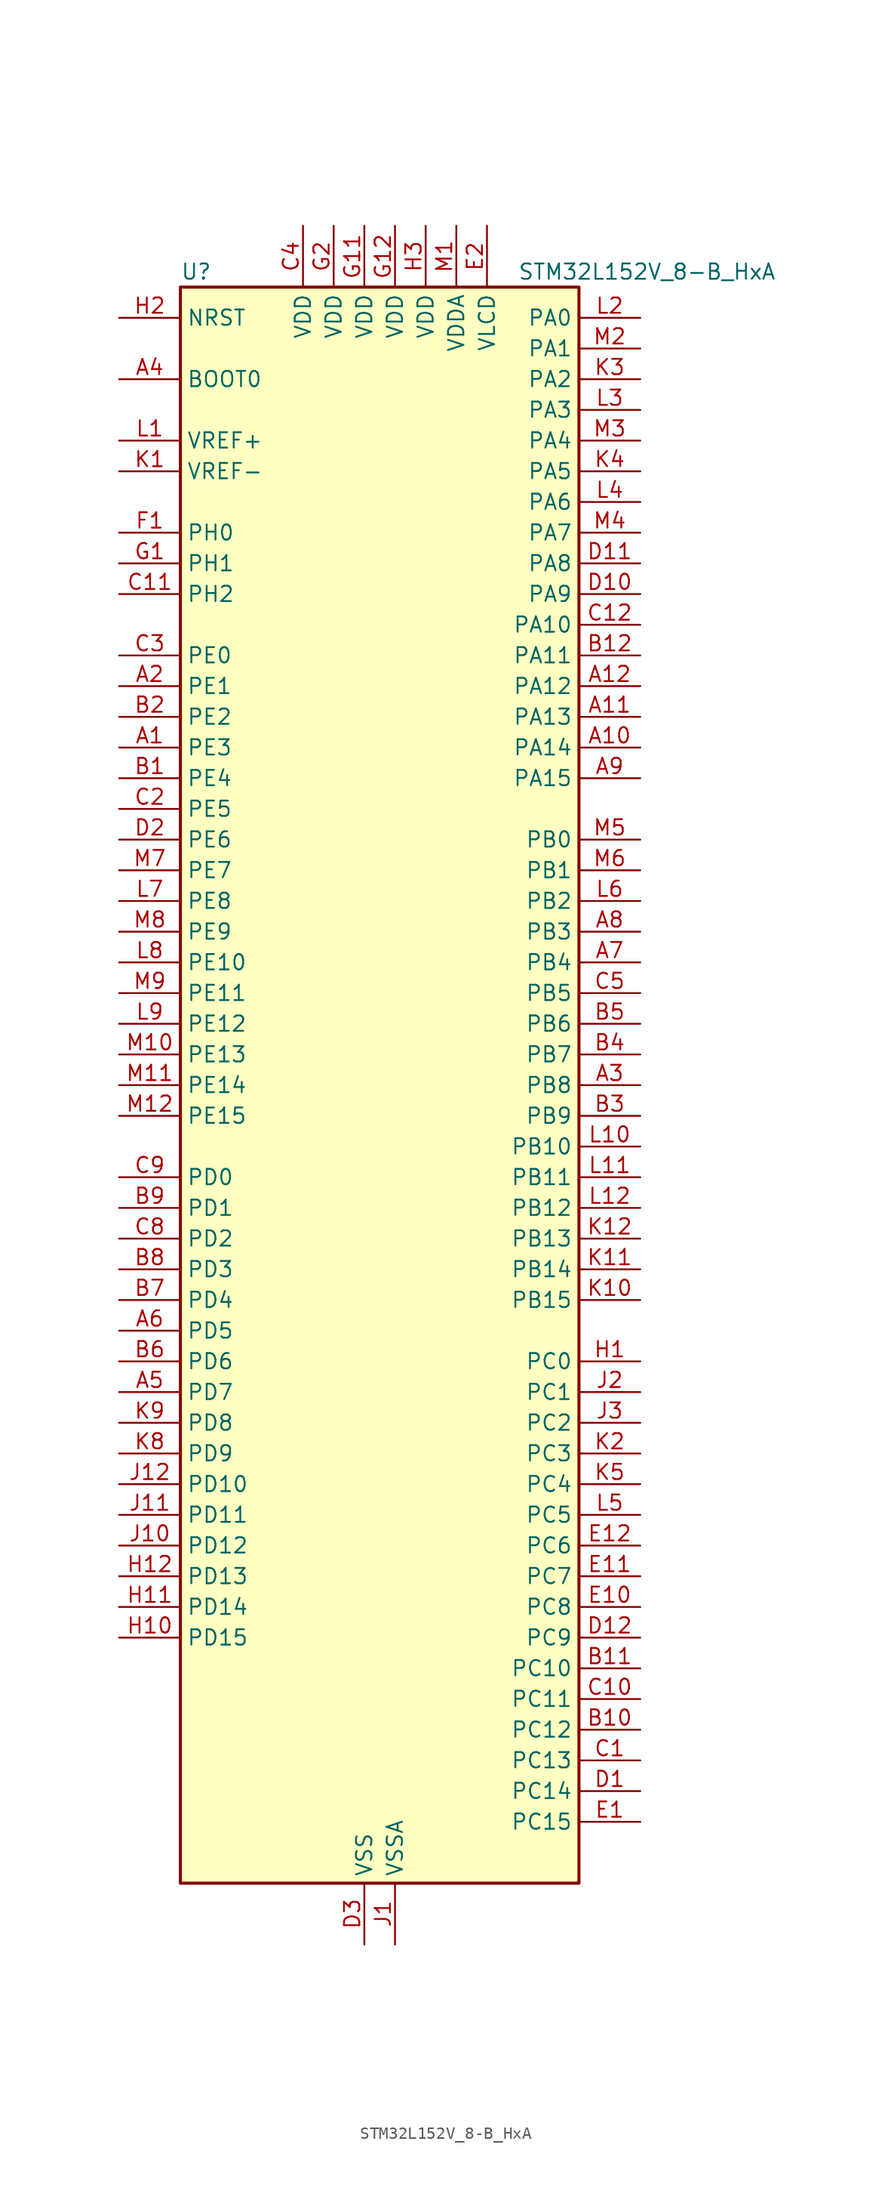
<source format=kicad_sym>
(kicad_symbol_lib
  (version 20231120)
  (generator "kicad-library-utils")
  (generator_version "8.0")
  (symbol "STM32L152V_8-B_HxA"
    (property "Reference" "U"
      (at -15.24 67.31 0)
      (effects (font (size 1.27 1.27)) (justify left)))
    (property "Value" "STM32L152V_8-B_HxA"
      (at 12.7 67.31 0)
      (effects (font (size 1.27 1.27)) (justify left)))
    (symbol "STM32L152V_8-B_HxA_0_1"
      (rectangle (start -15.24 -66.04) (end 17.78 66.04) (stroke (width 0.254) (type default)) (fill (type background))))
    (symbol "STM32L152V_8-B_HxA_1_1"
      (pin bidirectional line (at -20.32 27.94 0) (length 5.08) (name "PE3" (effects (font (size 1.27 1.27)))) (number "A1" (effects (font (size 1.27 1.27)))) (alternate "LCD_SEG39" bidirectional line) (alternate "SYS_TRACED0" bidirectional line) (alternate "TIM3_CH1" bidirectional line) (alternate "TIMX_IC4" bidirectional line))
      (pin bidirectional line (at 22.86 27.94 180) (length 5.08) (name "PA14" (effects (font (size 1.27 1.27)))) (number "A10" (effects (font (size 1.27 1.27)))) (alternate "SYS_JTCK-SWCLK" bidirectional line) (alternate "TIMX_IC3" bidirectional line) (alternate "TS_G5_IO2" bidirectional line))
      (pin bidirectional line (at 22.86 30.48 180) (length 5.08) (name "PA13" (effects (font (size 1.27 1.27)))) (number "A11" (effects (font (size 1.27 1.27)))) (alternate "SYS_JTMS-SWDIO" bidirectional line) (alternate "TIMX_IC2" bidirectional line) (alternate "TS_G5_IO1" bidirectional line))
      (pin bidirectional line (at 22.86 33.02 180) (length 5.08) (name "PA12" (effects (font (size 1.27 1.27)))) (number "A12" (effects (font (size 1.27 1.27)))) (alternate "SPI1_MOSI" bidirectional line) (alternate "TIMX_IC1" bidirectional line) (alternate "USART1_RTS" bidirectional line) (alternate "USB_DP" bidirectional line))
      (pin bidirectional line (at -20.32 33.02 0) (length 5.08) (name "PE1" (effects (font (size 1.27 1.27)))) (number "A2" (effects (font (size 1.27 1.27)))) (alternate "LCD_SEG37" bidirectional line) (alternate "TIM11_CH1" bidirectional line) (alternate "TIMX_IC2" bidirectional line))
      (pin bidirectional line (at 22.86 0 180) (length 5.08) (name "PB8" (effects (font (size 1.27 1.27)))) (number "A3" (effects (font (size 1.27 1.27)))) (alternate "I2C1_SCL" bidirectional line) (alternate "LCD_SEG16" bidirectional line) (alternate "TIM10_CH1" bidirectional line) (alternate "TIM4_CH3" bidirectional line))
      (pin input line (at -20.32 58.42 0) (length 5.08) (name "BOOT0" (effects (font (size 1.27 1.27)))) (number "A4" (effects (font (size 1.27 1.27)))))
      (pin bidirectional line (at -20.32 -25.4 0) (length 5.08) (name "PD7" (effects (font (size 1.27 1.27)))) (number "A5" (effects (font (size 1.27 1.27)))) (alternate "TIM9_CH2" bidirectional line) (alternate "TIMX_IC4" bidirectional line) (alternate "USART2_CK" bidirectional line))
      (pin bidirectional line (at -20.32 -20.32 0) (length 5.08) (name "PD5" (effects (font (size 1.27 1.27)))) (number "A6" (effects (font (size 1.27 1.27)))) (alternate "TIMX_IC2" bidirectional line) (alternate "USART2_TX" bidirectional line))
      (pin bidirectional line (at 22.86 10.16 180) (length 5.08) (name "PB4" (effects (font (size 1.27 1.27)))) (number "A7" (effects (font (size 1.27 1.27)))) (alternate "COMP2_INP" bidirectional line) (alternate "LCD_SEG8" bidirectional line) (alternate "SPI1_MISO" bidirectional line) (alternate "SYS_JTRST" bidirectional line) (alternate "TIM3_CH1" bidirectional line) (alternate "TS_G6_IO1" bidirectional line))
      (pin bidirectional line (at 22.86 12.7 180) (length 5.08) (name "PB3" (effects (font (size 1.27 1.27)))) (number "A8" (effects (font (size 1.27 1.27)))) (alternate "COMP2_INM" bidirectional line) (alternate "LCD_SEG7" bidirectional line) (alternate "SPI1_SCK" bidirectional line) (alternate "SYS_JTDO-TRACESWO" bidirectional line) (alternate "TIM2_CH2" bidirectional line))
      (pin bidirectional line (at 22.86 25.4 180) (length 5.08) (name "PA15" (effects (font (size 1.27 1.27)))) (number "A9" (effects (font (size 1.27 1.27)))) (alternate "ADC_EXTI15" bidirectional line) (alternate "LCD_SEG17" bidirectional line) (alternate "SPI1_NSS" bidirectional line) (alternate "SYS_JTDI" bidirectional line) (alternate "TIM2_CH1" bidirectional line) (alternate "TIM2_ETR" bidirectional line) (alternate "TIMX_IC4" bidirectional line) (alternate "TS_G5_IO3" bidirectional line))
      (pin bidirectional line (at -20.32 25.4 0) (length 5.08) (name "PE4" (effects (font (size 1.27 1.27)))) (number "B1" (effects (font (size 1.27 1.27)))) (alternate "SYS_TRACED1" bidirectional line) (alternate "TIM3_CH2" bidirectional line) (alternate "TIMX_IC1" bidirectional line))
      (pin bidirectional line (at 22.86 -53.34 180) (length 5.08) (name "PC12" (effects (font (size 1.27 1.27)))) (number "B10" (effects (font (size 1.27 1.27)))) (alternate "LCD_COM6" bidirectional line) (alternate "LCD_SEG30" bidirectional line) (alternate "LCD_SEG42" bidirectional line) (alternate "TIMX_IC1" bidirectional line) (alternate "USART3_CK" bidirectional line))
      (pin bidirectional line (at 22.86 -48.26 180) (length 5.08) (name "PC10" (effects (font (size 1.27 1.27)))) (number "B11" (effects (font (size 1.27 1.27)))) (alternate "LCD_COM4" bidirectional line) (alternate "LCD_SEG28" bidirectional line) (alternate "LCD_SEG40" bidirectional line) (alternate "TIMX_IC3" bidirectional line) (alternate "USART3_TX" bidirectional line))
      (pin bidirectional line (at 22.86 35.56 180) (length 5.08) (name "PA11" (effects (font (size 1.27 1.27)))) (number "B12" (effects (font (size 1.27 1.27)))) (alternate "ADC_EXTI11" bidirectional line) (alternate "SPI1_MISO" bidirectional line) (alternate "TIMX_IC4" bidirectional line) (alternate "USART1_CTS" bidirectional line) (alternate "USB_DM" bidirectional line))
      (pin bidirectional line (at -20.32 30.48 0) (length 5.08) (name "PE2" (effects (font (size 1.27 1.27)))) (number "B2" (effects (font (size 1.27 1.27)))) (alternate "LCD_SEG38" bidirectional line) (alternate "SYS_TRACECK" bidirectional line) (alternate "TIM3_ETR" bidirectional line) (alternate "TIMX_IC3" bidirectional line))
      (pin bidirectional line (at 22.86 -2.54 180) (length 5.08) (name "PB9" (effects (font (size 1.27 1.27)))) (number "B3" (effects (font (size 1.27 1.27)))) (alternate "DAC_EXTI9" bidirectional line) (alternate "I2C1_SDA" bidirectional line) (alternate "LCD_COM3" bidirectional line) (alternate "TIM11_CH1" bidirectional line) (alternate "TIM4_CH4" bidirectional line))
      (pin bidirectional line (at 22.86 2.54 180) (length 5.08) (name "PB7" (effects (font (size 1.27 1.27)))) (number "B4" (effects (font (size 1.27 1.27)))) (alternate "I2C1_SDA" bidirectional line) (alternate "SYS_PVD_IN" bidirectional line) (alternate "TIM4_CH2" bidirectional line) (alternate "TS_G6_IO4" bidirectional line) (alternate "USART1_RX" bidirectional line))
      (pin bidirectional line (at 22.86 5.08 180) (length 5.08) (name "PB6" (effects (font (size 1.27 1.27)))) (number "B5" (effects (font (size 1.27 1.27)))) (alternate "I2C1_SCL" bidirectional line) (alternate "TIM4_CH1" bidirectional line) (alternate "TS_G6_IO3" bidirectional line) (alternate "USART1_TX" bidirectional line))
      (pin bidirectional line (at -20.32 -22.86 0) (length 5.08) (name "PD6" (effects (font (size 1.27 1.27)))) (number "B6" (effects (font (size 1.27 1.27)))) (alternate "TIMX_IC3" bidirectional line) (alternate "USART2_RX" bidirectional line))
      (pin bidirectional line (at -20.32 -17.78 0) (length 5.08) (name "PD4" (effects (font (size 1.27 1.27)))) (number "B7" (effects (font (size 1.27 1.27)))) (alternate "SPI2_MOSI" bidirectional line) (alternate "TIMX_IC1" bidirectional line) (alternate "USART2_RTS" bidirectional line))
      (pin bidirectional line (at -20.32 -15.24 0) (length 5.08) (name "PD3" (effects (font (size 1.27 1.27)))) (number "B8" (effects (font (size 1.27 1.27)))) (alternate "SPI2_MISO" bidirectional line) (alternate "TIMX_IC4" bidirectional line) (alternate "USART2_CTS" bidirectional line))
      (pin bidirectional line (at -20.32 -10.16 0) (length 5.08) (name "PD1" (effects (font (size 1.27 1.27)))) (number "B9" (effects (font (size 1.27 1.27)))) (alternate "SPI2_SCK" bidirectional line) (alternate "TIMX_IC2" bidirectional line))
      (pin bidirectional line (at 22.86 -55.88 180) (length 5.08) (name "PC13" (effects (font (size 1.27 1.27)))) (number "C1" (effects (font (size 1.27 1.27)))) (alternate "RTC_OUT_ALARM" bidirectional line) (alternate "RTC_OUT_CALIB" bidirectional line) (alternate "RTC_TAMP1" bidirectional line) (alternate "RTC_TS" bidirectional line) (alternate "SYS_WKUP2" bidirectional line) (alternate "TIMX_IC2" bidirectional line))
      (pin bidirectional line (at 22.86 -50.8 180) (length 5.08) (name "PC11" (effects (font (size 1.27 1.27)))) (number "C10" (effects (font (size 1.27 1.27)))) (alternate "ADC_EXTI11" bidirectional line) (alternate "LCD_COM5" bidirectional line) (alternate "LCD_SEG29" bidirectional line) (alternate "LCD_SEG41" bidirectional line) (alternate "TIMX_IC4" bidirectional line) (alternate "USART3_RX" bidirectional line))
      (pin bidirectional line (at -20.32 40.64 0) (length 5.08) (name "PH2" (effects (font (size 1.27 1.27)))) (number "C11" (effects (font (size 1.27 1.27)))))
      (pin bidirectional line (at 22.86 38.1 180) (length 5.08) (name "PA10" (effects (font (size 1.27 1.27)))) (number "C12" (effects (font (size 1.27 1.27)))) (alternate "LCD_COM2" bidirectional line) (alternate "TIMX_IC3" bidirectional line) (alternate "TS_G4_IO3" bidirectional line) (alternate "USART1_RX" bidirectional line))
      (pin bidirectional line (at -20.32 22.86 0) (length 5.08) (name "PE5" (effects (font (size 1.27 1.27)))) (number "C2" (effects (font (size 1.27 1.27)))) (alternate "SYS_TRACED2" bidirectional line) (alternate "TIM9_CH1" bidirectional line) (alternate "TIMX_IC2" bidirectional line))
      (pin bidirectional line (at -20.32 35.56 0) (length 5.08) (name "PE0" (effects (font (size 1.27 1.27)))) (number "C3" (effects (font (size 1.27 1.27)))) (alternate "LCD_SEG36" bidirectional line) (alternate "TIM10_CH1" bidirectional line) (alternate "TIM4_ETR" bidirectional line) (alternate "TIMX_IC1" bidirectional line))
      (pin power_in line (at -5.08 71.12 270) (length 5.08) (name "VDD" (effects (font (size 1.27 1.27)))) (number "C4" (effects (font (size 1.27 1.27)))))
      (pin bidirectional line (at 22.86 7.62 180) (length 5.08) (name "PB5" (effects (font (size 1.27 1.27)))) (number "C5" (effects (font (size 1.27 1.27)))) (alternate "COMP2_INP" bidirectional line) (alternate "I2C1_SMBA" bidirectional line) (alternate "LCD_SEG9" bidirectional line) (alternate "SPI1_MOSI" bidirectional line) (alternate "TIM3_CH2" bidirectional line) (alternate "TS_G6_IO2" bidirectional line))
      (pin bidirectional line (at -20.32 -12.7 0) (length 5.08) (name "PD2" (effects (font (size 1.27 1.27)))) (number "C8" (effects (font (size 1.27 1.27)))) (alternate "LCD_COM7" bidirectional line) (alternate "LCD_SEG31" bidirectional line) (alternate "LCD_SEG43" bidirectional line) (alternate "TIM3_ETR" bidirectional line) (alternate "TIMX_IC3" bidirectional line))
      (pin bidirectional line (at -20.32 -7.62 0) (length 5.08) (name "PD0" (effects (font (size 1.27 1.27)))) (number "C9" (effects (font (size 1.27 1.27)))) (alternate "SPI2_NSS" bidirectional line) (alternate "TIM9_CH1" bidirectional line) (alternate "TIMX_IC1" bidirectional line))
      (pin bidirectional line (at 22.86 -58.42 180) (length 5.08) (name "PC14" (effects (font (size 1.27 1.27)))) (number "D1" (effects (font (size 1.27 1.27)))) (alternate "RCC_OSC32_IN" bidirectional line) (alternate "TIMX_IC3" bidirectional line))
      (pin bidirectional line (at 22.86 40.64 180) (length 5.08) (name "PA9" (effects (font (size 1.27 1.27)))) (number "D10" (effects (font (size 1.27 1.27)))) (alternate "DAC_EXTI9" bidirectional line) (alternate "LCD_COM1" bidirectional line) (alternate "TIMX_IC2" bidirectional line) (alternate "TS_G4_IO2" bidirectional line) (alternate "USART1_TX" bidirectional line))
      (pin bidirectional line (at 22.86 43.18 180) (length 5.08) (name "PA8" (effects (font (size 1.27 1.27)))) (number "D11" (effects (font (size 1.27 1.27)))) (alternate "LCD_COM0" bidirectional line) (alternate "RCC_MCO" bidirectional line) (alternate "TIMX_IC1" bidirectional line) (alternate "TS_G4_IO1" bidirectional line) (alternate "USART1_CK" bidirectional line))
      (pin bidirectional line (at 22.86 -45.72 180) (length 5.08) (name "PC9" (effects (font (size 1.27 1.27)))) (number "D12" (effects (font (size 1.27 1.27)))) (alternate "DAC_EXTI9" bidirectional line) (alternate "LCD_SEG27" bidirectional line) (alternate "TIM3_CH4" bidirectional line) (alternate "TIMX_IC2" bidirectional line) (alternate "TS_G10_IO4" bidirectional line))
      (pin bidirectional line (at -20.32 20.32 0) (length 5.08) (name "PE6" (effects (font (size 1.27 1.27)))) (number "D2" (effects (font (size 1.27 1.27)))) (alternate "RTC_TAMP3" bidirectional line) (alternate "SYS_TRACED3" bidirectional line) (alternate "SYS_WKUP3" bidirectional line) (alternate "TIM9_CH2" bidirectional line) (alternate "TIMX_IC3" bidirectional line))
      (pin power_in line (at 0 -71.12 90) (length 5.08) (name "VSS" (effects (font (size 1.27 1.27)))) (number "D3" (effects (font (size 1.27 1.27)))))
      (pin bidirectional line (at 22.86 -60.96 180) (length 5.08) (name "PC15" (effects (font (size 1.27 1.27)))) (number "E1" (effects (font (size 1.27 1.27)))) (alternate "ADC_EXTI15" bidirectional line) (alternate "RCC_OSC32_OUT" bidirectional line) (alternate "TIMX_IC4" bidirectional line))
      (pin bidirectional line (at 22.86 -43.18 180) (length 5.08) (name "PC8" (effects (font (size 1.27 1.27)))) (number "E10" (effects (font (size 1.27 1.27)))) (alternate "LCD_SEG26" bidirectional line) (alternate "TIM3_CH3" bidirectional line) (alternate "TIMX_IC1" bidirectional line) (alternate "TS_G10_IO3" bidirectional line))
      (pin bidirectional line (at 22.86 -40.64 180) (length 5.08) (name "PC7" (effects (font (size 1.27 1.27)))) (number "E11" (effects (font (size 1.27 1.27)))) (alternate "LCD_SEG25" bidirectional line) (alternate "TIM3_CH2" bidirectional line) (alternate "TIMX_IC4" bidirectional line) (alternate "TS_G10_IO2" bidirectional line))
      (pin bidirectional line (at 22.86 -38.1 180) (length 5.08) (name "PC6" (effects (font (size 1.27 1.27)))) (number "E12" (effects (font (size 1.27 1.27)))) (alternate "LCD_SEG24" bidirectional line) (alternate "TIM3_CH1" bidirectional line) (alternate "TIMX_IC3" bidirectional line) (alternate "TS_G10_IO1" bidirectional line))
      (pin power_in line (at 10.16 71.12 270) (length 5.08) (name "VLCD" (effects (font (size 1.27 1.27)))) (number "E2" (effects (font (size 1.27 1.27)))))
      (pin passive line (at 0 -71.12 90) (length 5.08) hide (name "VSS" (effects (font (size 1.27 1.27)))) (number "E3" (effects (font (size 1.27 1.27)))))
      (pin bidirectional line (at -20.32 45.72 0) (length 5.08) (name "PH0" (effects (font (size 1.27 1.27)))) (number "F1" (effects (font (size 1.27 1.27)))) (alternate "RCC_OSC_IN" bidirectional line))
      (pin passive line (at 0 -71.12 90) (length 5.08) hide (name "VSS" (effects (font (size 1.27 1.27)))) (number "F11" (effects (font (size 1.27 1.27)))))
      (pin passive line (at 0 -71.12 90) (length 5.08) hide (name "VSS" (effects (font (size 1.27 1.27)))) (number "F12" (effects (font (size 1.27 1.27)))))
      (pin passive line (at 0 -71.12 90) (length 5.08) hide (name "VSS" (effects (font (size 1.27 1.27)))) (number "F2" (effects (font (size 1.27 1.27)))))
      (pin bidirectional line (at -20.32 43.18 0) (length 5.08) (name "PH1" (effects (font (size 1.27 1.27)))) (number "G1" (effects (font (size 1.27 1.27)))) (alternate "RCC_OSC_OUT" bidirectional line))
      (pin power_in line (at 0 71.12 270) (length 5.08) (name "VDD" (effects (font (size 1.27 1.27)))) (number "G11" (effects (font (size 1.27 1.27)))))
      (pin power_in line (at 2.54 71.12 270) (length 5.08) (name "VDD" (effects (font (size 1.27 1.27)))) (number "G12" (effects (font (size 1.27 1.27)))))
      (pin power_in line (at -2.54 71.12 270) (length 5.08) (name "VDD" (effects (font (size 1.27 1.27)))) (number "G2" (effects (font (size 1.27 1.27)))))
      (pin bidirectional line (at 22.86 -22.86 180) (length 5.08) (name "PC0" (effects (font (size 1.27 1.27)))) (number "H1" (effects (font (size 1.27 1.27)))) (alternate "ADC_IN10" bidirectional line) (alternate "COMP1_INP" bidirectional line) (alternate "LCD_SEG18" bidirectional line) (alternate "TIMX_IC1" bidirectional line) (alternate "TS_G8_IO1" bidirectional line))
      (pin bidirectional line (at -20.32 -45.72 0) (length 5.08) (name "PD15" (effects (font (size 1.27 1.27)))) (number "H10" (effects (font (size 1.27 1.27)))) (alternate "ADC_EXTI15" bidirectional line) (alternate "LCD_SEG35" bidirectional line) (alternate "TIM4_CH4" bidirectional line) (alternate "TIMX_IC4" bidirectional line))
      (pin bidirectional line (at -20.32 -43.18 0) (length 5.08) (name "PD14" (effects (font (size 1.27 1.27)))) (number "H11" (effects (font (size 1.27 1.27)))) (alternate "LCD_SEG34" bidirectional line) (alternate "TIM4_CH3" bidirectional line) (alternate "TIMX_IC3" bidirectional line))
      (pin bidirectional line (at -20.32 -40.64 0) (length 5.08) (name "PD13" (effects (font (size 1.27 1.27)))) (number "H12" (effects (font (size 1.27 1.27)))) (alternate "LCD_SEG33" bidirectional line) (alternate "TIM4_CH2" bidirectional line) (alternate "TIMX_IC2" bidirectional line))
      (pin input line (at -20.32 63.5 0) (length 5.08) (name "NRST" (effects (font (size 1.27 1.27)))) (number "H2" (effects (font (size 1.27 1.27)))))
      (pin power_in line (at 5.08 71.12 270) (length 5.08) (name "VDD" (effects (font (size 1.27 1.27)))) (number "H3" (effects (font (size 1.27 1.27)))))
      (pin power_in line (at 2.54 -71.12 90) (length 5.08) (name "VSSA" (effects (font (size 1.27 1.27)))) (number "J1" (effects (font (size 1.27 1.27)))))
      (pin bidirectional line (at -20.32 -38.1 0) (length 5.08) (name "PD12" (effects (font (size 1.27 1.27)))) (number "J10" (effects (font (size 1.27 1.27)))) (alternate "LCD_SEG32" bidirectional line) (alternate "TIM4_CH1" bidirectional line) (alternate "TIMX_IC1" bidirectional line) (alternate "USART3_RTS" bidirectional line))
      (pin bidirectional line (at -20.32 -35.56 0) (length 5.08) (name "PD11" (effects (font (size 1.27 1.27)))) (number "J11" (effects (font (size 1.27 1.27)))) (alternate "ADC_EXTI11" bidirectional line) (alternate "LCD_SEG31" bidirectional line) (alternate "TIMX_IC4" bidirectional line) (alternate "USART3_CTS" bidirectional line))
      (pin bidirectional line (at -20.32 -33.02 0) (length 5.08) (name "PD10" (effects (font (size 1.27 1.27)))) (number "J12" (effects (font (size 1.27 1.27)))) (alternate "LCD_SEG30" bidirectional line) (alternate "TIMX_IC3" bidirectional line) (alternate "USART3_CK" bidirectional line))
      (pin bidirectional line (at 22.86 -25.4 180) (length 5.08) (name "PC1" (effects (font (size 1.27 1.27)))) (number "J2" (effects (font (size 1.27 1.27)))) (alternate "ADC_IN11" bidirectional line) (alternate "COMP1_INP" bidirectional line) (alternate "LCD_SEG19" bidirectional line) (alternate "TIMX_IC2" bidirectional line) (alternate "TS_G8_IO2" bidirectional line))
      (pin bidirectional line (at 22.86 -27.94 180) (length 5.08) (name "PC2" (effects (font (size 1.27 1.27)))) (number "J3" (effects (font (size 1.27 1.27)))) (alternate "ADC_IN12" bidirectional line) (alternate "COMP1_INP" bidirectional line) (alternate "LCD_SEG20" bidirectional line) (alternate "TIMX_IC3" bidirectional line) (alternate "TS_G8_IO3" bidirectional line))
      (pin input line (at -20.32 50.8 0) (length 5.08) (name "VREF-" (effects (font (size 1.27 1.27)))) (number "K1" (effects (font (size 1.27 1.27)))))
      (pin bidirectional line (at 22.86 -17.78 180) (length 5.08) (name "PB15" (effects (font (size 1.27 1.27)))) (number "K10" (effects (font (size 1.27 1.27)))) (alternate "ADC_EXTI15" bidirectional line) (alternate "ADC_IN21" bidirectional line) (alternate "COMP1_INP" bidirectional line) (alternate "LCD_SEG15" bidirectional line) (alternate "RTC_REFIN" bidirectional line) (alternate "SPI2_MOSI" bidirectional line) (alternate "TIM11_CH1" bidirectional line) (alternate "TS_G7_IO4" bidirectional line))
      (pin bidirectional line (at 22.86 -15.24 180) (length 5.08) (name "PB14" (effects (font (size 1.27 1.27)))) (number "K11" (effects (font (size 1.27 1.27)))) (alternate "ADC_IN20" bidirectional line) (alternate "COMP1_INP" bidirectional line) (alternate "LCD_SEG14" bidirectional line) (alternate "SPI2_MISO" bidirectional line) (alternate "TIM9_CH2" bidirectional line) (alternate "TS_G7_IO3" bidirectional line) (alternate "USART3_RTS" bidirectional line))
      (pin bidirectional line (at 22.86 -12.7 180) (length 5.08) (name "PB13" (effects (font (size 1.27 1.27)))) (number "K12" (effects (font (size 1.27 1.27)))) (alternate "ADC_IN19" bidirectional line) (alternate "COMP1_INP" bidirectional line) (alternate "LCD_SEG13" bidirectional line) (alternate "SPI2_SCK" bidirectional line) (alternate "TIM9_CH1" bidirectional line) (alternate "TS_G7_IO2" bidirectional line) (alternate "USART3_CTS" bidirectional line))
      (pin bidirectional line (at 22.86 -30.48 180) (length 5.08) (name "PC3" (effects (font (size 1.27 1.27)))) (number "K2" (effects (font (size 1.27 1.27)))) (alternate "ADC_IN13" bidirectional line) (alternate "COMP1_INP" bidirectional line) (alternate "LCD_SEG21" bidirectional line) (alternate "TIMX_IC4" bidirectional line) (alternate "TS_G8_IO4" bidirectional line))
      (pin bidirectional line (at 22.86 58.42 180) (length 5.08) (name "PA2" (effects (font (size 1.27 1.27)))) (number "K3" (effects (font (size 1.27 1.27)))) (alternate "ADC_IN2" bidirectional line) (alternate "COMP1_INP" bidirectional line) (alternate "LCD_SEG1" bidirectional line) (alternate "TIM2_CH3" bidirectional line) (alternate "TIM9_CH1" bidirectional line) (alternate "TIMX_IC3" bidirectional line) (alternate "TS_G1_IO3" bidirectional line) (alternate "USART2_TX" bidirectional line))
      (pin bidirectional line (at 22.86 50.8 180) (length 5.08) (name "PA5" (effects (font (size 1.27 1.27)))) (number "K4" (effects (font (size 1.27 1.27)))) (alternate "ADC_IN5" bidirectional line) (alternate "COMP1_INP" bidirectional line) (alternate "DAC_OUT2" bidirectional line) (alternate "SPI1_SCK" bidirectional line) (alternate "TIM2_CH1" bidirectional line) (alternate "TIM2_ETR" bidirectional line) (alternate "TIMX_IC2" bidirectional line))
      (pin bidirectional line (at 22.86 -33.02 180) (length 5.08) (name "PC4" (effects (font (size 1.27 1.27)))) (number "K5" (effects (font (size 1.27 1.27)))) (alternate "ADC_IN14" bidirectional line) (alternate "COMP1_INP" bidirectional line) (alternate "LCD_SEG22" bidirectional line) (alternate "TIMX_IC1" bidirectional line) (alternate "TS_G9_IO1" bidirectional line))
      (pin bidirectional line (at -20.32 -30.48 0) (length 5.08) (name "PD9" (effects (font (size 1.27 1.27)))) (number "K8" (effects (font (size 1.27 1.27)))) (alternate "DAC_EXTI9" bidirectional line) (alternate "LCD_SEG29" bidirectional line) (alternate "TIMX_IC2" bidirectional line) (alternate "USART3_RX" bidirectional line))
      (pin bidirectional line (at -20.32 -27.94 0) (length 5.08) (name "PD8" (effects (font (size 1.27 1.27)))) (number "K9" (effects (font (size 1.27 1.27)))) (alternate "LCD_SEG28" bidirectional line) (alternate "TIMX_IC1" bidirectional line) (alternate "USART3_TX" bidirectional line))
      (pin input line (at -20.32 53.34 0) (length 5.08) (name "VREF+" (effects (font (size 1.27 1.27)))) (number "L1" (effects (font (size 1.27 1.27)))))
      (pin bidirectional line (at 22.86 -5.08 180) (length 5.08) (name "PB10" (effects (font (size 1.27 1.27)))) (number "L10" (effects (font (size 1.27 1.27)))) (alternate "I2C2_SCL" bidirectional line) (alternate "LCD_SEG10" bidirectional line) (alternate "TIM2_CH3" bidirectional line) (alternate "USART3_TX" bidirectional line))
      (pin bidirectional line (at 22.86 -7.62 180) (length 5.08) (name "PB11" (effects (font (size 1.27 1.27)))) (number "L11" (effects (font (size 1.27 1.27)))) (alternate "ADC_EXTI11" bidirectional line) (alternate "I2C2_SDA" bidirectional line) (alternate "LCD_SEG11" bidirectional line) (alternate "TIM2_CH4" bidirectional line) (alternate "USART3_RX" bidirectional line))
      (pin bidirectional line (at 22.86 -10.16 180) (length 5.08) (name "PB12" (effects (font (size 1.27 1.27)))) (number "L12" (effects (font (size 1.27 1.27)))) (alternate "ADC_IN18" bidirectional line) (alternate "COMP1_INP" bidirectional line) (alternate "I2C2_SMBA" bidirectional line) (alternate "LCD_SEG12" bidirectional line) (alternate "SPI2_NSS" bidirectional line) (alternate "TIM10_CH1" bidirectional line) (alternate "TS_G7_IO1" bidirectional line) (alternate "USART3_CK" bidirectional line))
      (pin bidirectional line (at 22.86 63.5 180) (length 5.08) (name "PA0" (effects (font (size 1.27 1.27)))) (number "L2" (effects (font (size 1.27 1.27)))) (alternate "ADC_IN0" bidirectional line) (alternate "COMP1_INP" bidirectional line) (alternate "RTC_TAMP2" bidirectional line) (alternate "SYS_WKUP1" bidirectional line) (alternate "TIM2_CH1" bidirectional line) (alternate "TIM2_ETR" bidirectional line) (alternate "TIMX_IC1" bidirectional line) (alternate "TS_G1_IO1" bidirectional line) (alternate "USART2_CTS" bidirectional line))
      (pin bidirectional line (at 22.86 55.88 180) (length 5.08) (name "PA3" (effects (font (size 1.27 1.27)))) (number "L3" (effects (font (size 1.27 1.27)))) (alternate "ADC_IN3" bidirectional line) (alternate "COMP1_INP" bidirectional line) (alternate "LCD_SEG2" bidirectional line) (alternate "TIM2_CH4" bidirectional line) (alternate "TIM9_CH2" bidirectional line) (alternate "TIMX_IC4" bidirectional line) (alternate "TS_G1_IO4" bidirectional line) (alternate "USART2_RX" bidirectional line))
      (pin bidirectional line (at 22.86 48.26 180) (length 5.08) (name "PA6" (effects (font (size 1.27 1.27)))) (number "L4" (effects (font (size 1.27 1.27)))) (alternate "ADC_IN6" bidirectional line) (alternate "COMP1_INP" bidirectional line) (alternate "LCD_SEG3" bidirectional line) (alternate "SPI1_MISO" bidirectional line) (alternate "TIM10_CH1" bidirectional line) (alternate "TIM3_CH1" bidirectional line) (alternate "TIMX_IC3" bidirectional line) (alternate "TS_G2_IO1" bidirectional line))
      (pin bidirectional line (at 22.86 -35.56 180) (length 5.08) (name "PC5" (effects (font (size 1.27 1.27)))) (number "L5" (effects (font (size 1.27 1.27)))) (alternate "ADC_IN15" bidirectional line) (alternate "COMP1_INP" bidirectional line) (alternate "LCD_SEG23" bidirectional line) (alternate "TIMX_IC2" bidirectional line) (alternate "TS_G9_IO2" bidirectional line))
      (pin bidirectional line (at 22.86 15.24 180) (length 5.08) (name "PB2" (effects (font (size 1.27 1.27)))) (number "L6" (effects (font (size 1.27 1.27)))) (alternate "TS_G3_IO3" bidirectional line))
      (pin bidirectional line (at -20.32 15.24 0) (length 5.08) (name "PE8" (effects (font (size 1.27 1.27)))) (number "L7" (effects (font (size 1.27 1.27)))) (alternate "ADC_IN23" bidirectional line) (alternate "COMP1_INP" bidirectional line) (alternate "TIMX_IC1" bidirectional line))
      (pin bidirectional line (at -20.32 10.16 0) (length 5.08) (name "PE10" (effects (font (size 1.27 1.27)))) (number "L8" (effects (font (size 1.27 1.27)))) (alternate "ADC_IN25" bidirectional line) (alternate "COMP1_INP" bidirectional line) (alternate "TIM2_CH2" bidirectional line) (alternate "TIMX_IC3" bidirectional line))
      (pin bidirectional line (at -20.32 5.08 0) (length 5.08) (name "PE12" (effects (font (size 1.27 1.27)))) (number "L9" (effects (font (size 1.27 1.27)))) (alternate "SPI1_NSS" bidirectional line) (alternate "TIM2_CH4" bidirectional line) (alternate "TIMX_IC1" bidirectional line))
      (pin power_in line (at 7.62 71.12 270) (length 5.08) (name "VDDA" (effects (font (size 1.27 1.27)))) (number "M1" (effects (font (size 1.27 1.27)))))
      (pin bidirectional line (at -20.32 2.54 0) (length 5.08) (name "PE13" (effects (font (size 1.27 1.27)))) (number "M10" (effects (font (size 1.27 1.27)))) (alternate "SPI1_SCK" bidirectional line) (alternate "TIMX_IC2" bidirectional line))
      (pin bidirectional line (at -20.32 0 0) (length 5.08) (name "PE14" (effects (font (size 1.27 1.27)))) (number "M11" (effects (font (size 1.27 1.27)))) (alternate "SPI1_MISO" bidirectional line) (alternate "TIMX_IC3" bidirectional line))
      (pin bidirectional line (at -20.32 -2.54 0) (length 5.08) (name "PE15" (effects (font (size 1.27 1.27)))) (number "M12" (effects (font (size 1.27 1.27)))) (alternate "ADC_EXTI15" bidirectional line) (alternate "SPI1_MOSI" bidirectional line) (alternate "TIMX_IC4" bidirectional line))
      (pin bidirectional line (at 22.86 60.96 180) (length 5.08) (name "PA1" (effects (font (size 1.27 1.27)))) (number "M2" (effects (font (size 1.27 1.27)))) (alternate "ADC_IN1" bidirectional line) (alternate "COMP1_INP" bidirectional line) (alternate "LCD_SEG0" bidirectional line) (alternate "TIM2_CH2" bidirectional line) (alternate "TIMX_IC2" bidirectional line) (alternate "TS_G1_IO2" bidirectional line) (alternate "USART2_RTS" bidirectional line))
      (pin bidirectional line (at 22.86 53.34 180) (length 5.08) (name "PA4" (effects (font (size 1.27 1.27)))) (number "M3" (effects (font (size 1.27 1.27)))) (alternate "ADC_IN4" bidirectional line) (alternate "COMP1_INP" bidirectional line) (alternate "DAC_OUT1" bidirectional line) (alternate "SPI1_NSS" bidirectional line) (alternate "TIMX_IC1" bidirectional line) (alternate "USART2_CK" bidirectional line))
      (pin bidirectional line (at 22.86 45.72 180) (length 5.08) (name "PA7" (effects (font (size 1.27 1.27)))) (number "M4" (effects (font (size 1.27 1.27)))) (alternate "ADC_IN7" bidirectional line) (alternate "COMP1_INP" bidirectional line) (alternate "LCD_SEG4" bidirectional line) (alternate "SPI1_MOSI" bidirectional line) (alternate "TIM11_CH1" bidirectional line) (alternate "TIM3_CH2" bidirectional line) (alternate "TIMX_IC4" bidirectional line) (alternate "TS_G2_IO2" bidirectional line))
      (pin bidirectional line (at 22.86 20.32 180) (length 5.08) (name "PB0" (effects (font (size 1.27 1.27)))) (number "M5" (effects (font (size 1.27 1.27)))) (alternate "ADC_IN8" bidirectional line) (alternate "COMP1_INP" bidirectional line) (alternate "LCD_SEG5" bidirectional line) (alternate "SYS_V_REF_OUT" bidirectional line) (alternate "TIM3_CH3" bidirectional line) (alternate "TS_G3_IO1" bidirectional line))
      (pin bidirectional line (at 22.86 17.78 180) (length 5.08) (name "PB1" (effects (font (size 1.27 1.27)))) (number "M6" (effects (font (size 1.27 1.27)))) (alternate "ADC_IN9" bidirectional line) (alternate "COMP1_INP" bidirectional line) (alternate "LCD_SEG6" bidirectional line) (alternate "SYS_V_REF_OUT" bidirectional line) (alternate "TIM3_CH4" bidirectional line) (alternate "TS_G3_IO2" bidirectional line))
      (pin bidirectional line (at -20.32 17.78 0) (length 5.08) (name "PE7" (effects (font (size 1.27 1.27)))) (number "M7" (effects (font (size 1.27 1.27)))) (alternate "ADC_IN22" bidirectional line) (alternate "COMP1_INP" bidirectional line) (alternate "TIMX_IC4" bidirectional line))
      (pin bidirectional line (at -20.32 12.7 0) (length 5.08) (name "PE9" (effects (font (size 1.27 1.27)))) (number "M8" (effects (font (size 1.27 1.27)))) (alternate "ADC_IN24" bidirectional line) (alternate "COMP1_INP" bidirectional line) (alternate "DAC_EXTI9" bidirectional line) (alternate "TIM2_CH1" bidirectional line) (alternate "TIM2_ETR" bidirectional line) (alternate "TIMX_IC2" bidirectional line))
      (pin bidirectional line (at -20.32 7.62 0) (length 5.08) (name "PE11" (effects (font (size 1.27 1.27)))) (number "M9" (effects (font (size 1.27 1.27)))) (alternate "ADC_EXTI11" bidirectional line) (alternate "TIM2_CH3" bidirectional line) (alternate "TIMX_IC4" bidirectional line)))))
</source>
